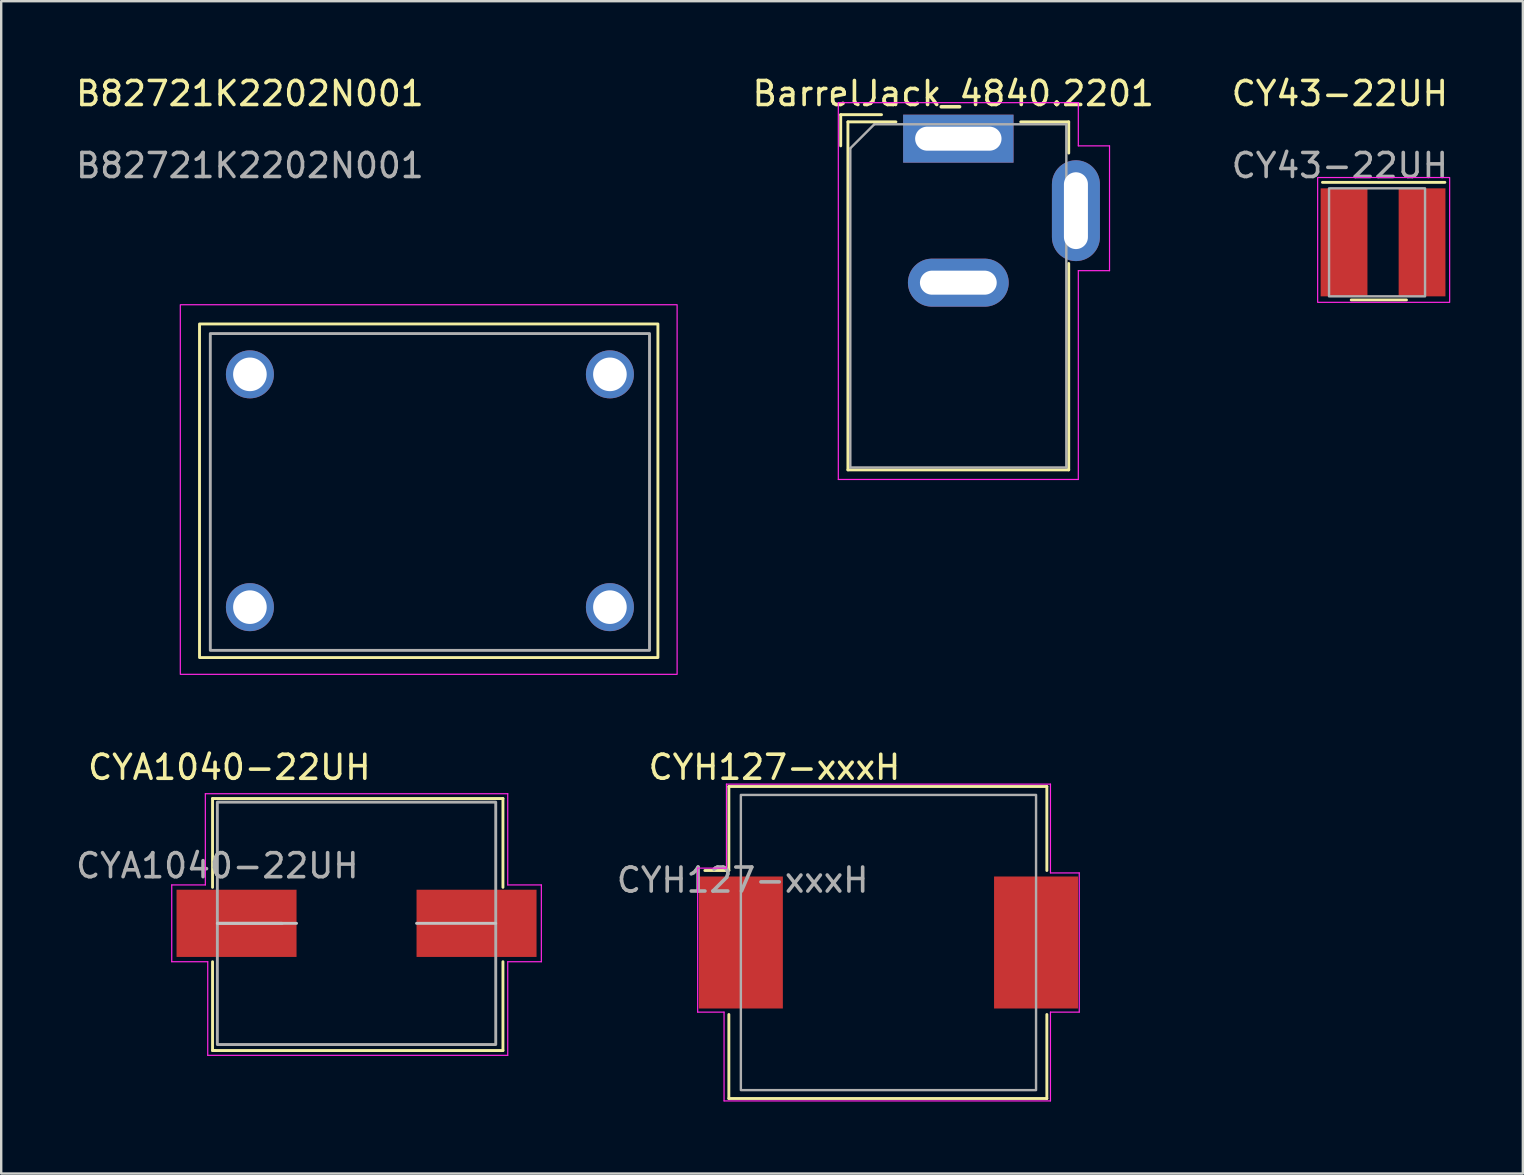
<source format=kicad_pcb>
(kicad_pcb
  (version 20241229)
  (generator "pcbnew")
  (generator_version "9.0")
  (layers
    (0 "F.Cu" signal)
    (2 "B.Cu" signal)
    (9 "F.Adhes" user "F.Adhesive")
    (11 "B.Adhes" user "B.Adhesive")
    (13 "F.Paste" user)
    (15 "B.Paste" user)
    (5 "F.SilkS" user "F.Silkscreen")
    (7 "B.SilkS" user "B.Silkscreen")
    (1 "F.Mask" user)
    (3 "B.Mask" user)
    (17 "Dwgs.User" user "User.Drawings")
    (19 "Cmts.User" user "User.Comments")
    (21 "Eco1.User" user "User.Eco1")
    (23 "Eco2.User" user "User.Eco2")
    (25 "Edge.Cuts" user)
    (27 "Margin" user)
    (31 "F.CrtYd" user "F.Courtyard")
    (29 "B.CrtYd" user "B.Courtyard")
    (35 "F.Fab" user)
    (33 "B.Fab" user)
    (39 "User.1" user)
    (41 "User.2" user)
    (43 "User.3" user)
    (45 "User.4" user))
  (footprint "BarrelJack_4840.2201"
    (layer "F.Cu")
    (at 36.88 2.728)
    (property "Reference" "BarrelJack_4840.2201" (at -0.21 -1.88 180) (layer "F.SilkS") (effects (font (size 1 1) (thickness 0.15))))
    (attr through_hole)
    (fp_line (start -4.9 -1) (end -4.9 0.3) (stroke (width 0.12) (type solid)) (layer "F.SilkS"))
    (fp_line (start -4.6 -0.7) (end -2.6 -0.7) (stroke (width 0.12) (type solid)) (layer "F.SilkS"))
    (fp_line (start -4.6 13.8) (end -4.6 -0.7) (stroke (width 0.12) (type solid)) (layer "F.SilkS"))
    (fp_line (start -3.2 -1) (end -4.9 -1) (stroke (width 0.12) (type solid)) (layer "F.SilkS"))
    (fp_line (start 2.6 -0.7) (end 4.6 -0.7) (stroke (width 0.12) (type solid)) (layer "F.SilkS"))
    (fp_line (start 4.6 -0.7) (end 4.6 0.6) (stroke (width 0.12) (type solid)) (layer "F.SilkS"))
    (fp_line (start 4.6 5.2) (end 4.6 13.8) (stroke (width 0.12) (type solid)) (layer "F.SilkS"))
    (fp_line (start 4.6 13.8) (end -4.6 13.8) (stroke (width 0.12) (type solid)) (layer "F.SilkS"))
    (fp_line (start -5 -1.5) (end -5 14.2) (stroke (width 0.05) (type solid)) (layer "F.CrtYd"))
    (fp_line (start -5 14.2) (end 5 14.2) (stroke (width 0.05) (type solid)) (layer "F.CrtYd"))
    (fp_line (start 5 -1.5) (end -5 -1.5) (stroke (width 0.05) (type solid)) (layer "F.CrtYd"))
    (fp_line (start 5 0.3) (end 5 -1.5) (stroke (width 0.05) (type solid)) (layer "F.CrtYd"))
    (fp_line (start 5 14.2) (end 5 5.5) (stroke (width 0.05) (type solid)) (layer "F.CrtYd"))
    (fp_line (start 6.3 0.3) (end 5 0.3) (stroke (width 0.05) (type solid)) (layer "F.CrtYd"))
    (fp_line (start 6.3 0.3) (end 6.3 5.5) (stroke (width 0.05) (type solid)) (layer "F.CrtYd"))
    (fp_line (start 6.3 5.5) (end 5 5.5) (stroke (width 0.05) (type solid)) (layer "F.CrtYd"))
    (fp_line (start -4.5 0.4) (end -3.5 -0.6) (stroke (width 0.1) (type solid)) (layer "F.Fab"))
    (fp_line (start -4.5 13.7) (end -4.5 0.4) (stroke (width 0.1) (type solid)) (layer "F.Fab"))
    (fp_line (start 4.5 -0.6) (end -3.5 -0.6) (stroke (width 0.1) (type solid)) (layer "F.Fab"))
    (fp_line (start 4.5 -0.6) (end 4.5 13.7) (stroke (width 0.1) (type solid)) (layer "F.Fab"))
    (fp_line (start 4.5 13.7) (end -4.5 13.7) (stroke (width 0.1) (type solid)) (layer "F.Fab"))
    (pad "1" thru_hole rect (at 0 0) (size 4.6 2) (drill oval 3.6 1) (layers "*.Cu" "*.Mask"))
    (pad "2" thru_hole oval (at 0 6) (size 4.2 2) (drill oval 3.2 1) (layers "*.Cu" "*.Mask"))
    (pad "3" thru_hole oval (at 4.9 3) (size 2 4.2) (drill oval 1 3.2) (layers "*.Cu" "*.Mask")))
  (footprint "CYH127-xxxH"
    (layer "F.Cu")
    (at 27.819 36.221)
    (property "Reference" "CYH127-xxxH" (at 1.4 -7.3 0) (unlocked yes) (layer "F.SilkS") (effects (font (size 1 1) (thickness 0.15))))
    (attr smd)
    (fp_line (start -0.5 -6.5) (end 12.75 -6.5) (stroke (width 0.12) (type default)) (layer "F.SilkS"))
    (fp_line (start -0.5 -3) (end -1.5 -3) (stroke (width 0.12) (type default)) (layer "F.SilkS"))
    (fp_line (start -0.5 -3) (end -0.5 -6.5) (stroke (width 0.12) (type default)) (layer "F.SilkS"))
    (fp_line (start -0.5 6.5) (end -0.5 3) (stroke (width 0.12) (type default)) (layer "F.SilkS"))
    (fp_line (start 12.75 -6.5) (end 12.75 -3) (stroke (width 0.12) (type default)) (layer "F.SilkS"))
    (fp_line (start 12.75 3) (end 12.75 6.5) (stroke (width 0.12) (type default)) (layer "F.SilkS"))
    (fp_line (start 12.75 6.5) (end -0.5 6.5) (stroke (width 0.12) (type default)) (layer "F.SilkS"))
    (fp_line (start -1.8 -3.1) (end -1.8 2.9) (stroke (width 0.05) (type default)) (layer "F.CrtYd"))
    (fp_line (start -1.8 2.9) (end -0.7 2.9) (stroke (width 0.05) (type default)) (layer "F.CrtYd"))
    (fp_line (start -0.7 2.9) (end -0.7 6.6) (stroke (width 0.05) (type default)) (layer "F.CrtYd"))
    (fp_line (start -0.7 6.6) (end 12.9 6.6) (stroke (width 0.05) (type default)) (layer "F.CrtYd"))
    (fp_line (start -0.6 -6.6) (end -0.6 -3.1) (stroke (width 0.05) (type default)) (layer "F.CrtYd"))
    (fp_line (start -0.6 -3.1) (end -1.8 -3.1) (stroke (width 0.05) (type default)) (layer "F.CrtYd"))
    (fp_line (start 12.9 -6.6) (end -0.6 -6.6) (stroke (width 0.05) (type default)) (layer "F.CrtYd"))
    (fp_line (start 12.9 -2.9) (end 12.9 -6.6) (stroke (width 0.05) (type default)) (layer "F.CrtYd"))
    (fp_line (start 12.9 2.9) (end 14.1 2.9) (stroke (width 0.05) (type default)) (layer "F.CrtYd"))
    (fp_line (start 12.9 6.6) (end 12.9 2.9) (stroke (width 0.05) (type default)) (layer "F.CrtYd"))
    (fp_line (start 14.1 -2.9) (end 12.9 -2.9) (stroke (width 0.05) (type default)) (layer "F.CrtYd"))
    (fp_line (start 14.1 2.9) (end 14.1 -2.9) (stroke (width 0.05) (type default)) (layer "F.CrtYd"))
    (fp_rect (start 0 -6.15) (end 12.3 6.15) (stroke (width 0.1) (type default)) (fill no) (layer "F.Fab"))
    (fp_text user "${REFERENCE}" (at 0.075 -2.6 0) (unlocked yes) (layer "F.Fab") (effects (font (size 1 1) (thickness 0.15))))
    (pad "1" smd rect (at 0 0) (size 3.5 5.5) (layers "F.Cu" "F.Mask" "F.Paste"))
    (pad "2" smd rect (at 12.3 0) (size 3.5 5.5) (layers "F.Cu" "F.Mask" "F.Paste")))
  (footprint "CY43-22UH"
    (layer "F.Cu")
    (at 52.952 7.048)
    (property "Reference" "CY43-22UH" (at -0.175 -6.2 0) (unlocked yes) (layer "F.SilkS") (effects (font (size 1 1) (thickness 0.15))))
    (attr smd)
    (fp_line (start -0.9 -2.5) (end 4.2 -2.5) (stroke (width 0.12) (type default)) (layer "F.SilkS"))
    (fp_line (start 0.3 2.4) (end 2.6 2.4) (stroke (width 0.12) (type default)) (layer "F.SilkS"))
    (fp_rect (start -1.1 -2.7) (end 4.4 2.5) (stroke (width 0.05) (type default)) (fill no) (layer "F.CrtYd"))
    (fp_rect (start -0.625 -2.25) (end 3.375 2.25) (stroke (width 0.1) (type default)) (fill no) (layer "F.Fab"))
    (fp_text user "${REFERENCE}" (at -0.175 -3.2 0) (unlocked yes) (layer "F.Fab") (effects (font (size 1 1) (thickness 0.15))))
    (pad "1" smd rect (at 0 0) (size 1.95 4.5) (layers "F.Cu" "F.Mask" "F.Paste"))
    (pad "2" smd rect (at 3.25 0) (size 1.95 4.5) (layers "F.Cu" "F.Mask" "F.Paste")))
  (footprint "B82721K2202N001"
    (layer "F.Cu")
    (at 7.363 12.548)
    (property "Reference" "B82721K2202N001" (at 0 -11.7 0) (unlocked yes) (layer "F.SilkS") (effects (font (size 1 1) (thickness 0.15))))
    (attr through_hole)
    (fp_rect (start -2.1 -2.1) (end 17 11.8) (stroke (width 0.12) (type default)) (fill no) (layer "F.SilkS"))
    (fp_rect (start -2.9 -2.9) (end 17.8 12.5) (stroke (width 0.05) (type default)) (fill no) (layer "F.CrtYd"))
    (fp_rect (start -1.65 -1.7) (end 16.65 11.5) (stroke (width 0.12) (type default)) (fill no) (layer "F.Fab"))
    (fp_text user "${REFERENCE}" (at 0 -8.7 0) (unlocked yes) (layer "F.Fab") (effects (font (size 1 1) (thickness 0.15))))
    (pad "1" thru_hole circle (at 0 0) (size 2 2) (drill 1.4) (layers "*.Cu" "*.Mask"))
    (pad "2" thru_hole circle (at 15 0) (size 2 2) (drill 1.4) (layers "*.Cu" "*.Mask"))
    (pad "3" thru_hole circle (at 15 9.7) (size 2 2) (drill 1.4) (layers "*.Cu" "*.Mask"))
    (pad "4" thru_hole circle (at 0 9.7) (size 2 2) (drill 1.4) (layers "*.Cu" "*.Mask")))
  (footprint "CYA1040-22UH"
    (layer "F.Cu")
    (at 6.006 35.422)
    (property "Reference" "CYA1040-22UH" (at 0.5 -6.5 0) (unlocked yes) (layer "F.SilkS") (effects (font (size 1 1) (thickness 0.15))))
    (attr smd)
    (fp_line (start -0.2 -5.2) (end -0.2 -1.5) (stroke (width 0.12) (type default)) (layer "F.SilkS"))
    (fp_line (start -0.2 5.3) (end -0.2 1.6) (stroke (width 0.12) (type default)) (layer "F.SilkS"))
    (fp_line (start -0.1 5.3) (end -0.2 5.3) (stroke (width 0.12) (type default)) (layer "F.SilkS"))
    (fp_line (start -0.1 5.3) (end 11.9 5.3) (stroke (width 0.12) (type default)) (layer "F.SilkS"))
    (fp_line (start 11.9 -5.2) (end -0.2 -5.2) (stroke (width 0.12) (type default)) (layer "F.SilkS"))
    (fp_line (start 11.9 -1.5) (end 11.9 -5.2) (stroke (width 0.12) (type default)) (layer "F.SilkS"))
    (fp_line (start 11.9 5.3) (end 11.9 1.6) (stroke (width 0.12) (type default)) (layer "F.SilkS"))
    (fp_line (start 0 0) (end 3.3 0) (stroke (width 0.12) (type default)) (layer "Dwgs.User"))
    (fp_line (start 2.7 0) (end 0 0) (stroke (width 0.12) (type default)) (layer "Dwgs.User"))
    (fp_line (start 8.3 0) (end 11.6 0) (stroke (width 0.12) (type default)) (layer "Dwgs.User"))
    (fp_line (start -1.9 -1.6) (end -0.5 -1.6) (stroke (width 0.05) (type default)) (layer "F.CrtYd"))
    (fp_line (start -1.9 1.6) (end -1.9 -1.6) (stroke (width 0.05) (type default)) (layer "F.CrtYd"))
    (fp_line (start -0.5 -5.4) (end 12.1 -5.4) (stroke (width 0.05) (type default)) (layer "F.CrtYd"))
    (fp_line (start -0.5 -1.6) (end -0.5 -5.4) (stroke (width 0.05) (type default)) (layer "F.CrtYd"))
    (fp_line (start -0.4 1.6) (end -1.9 1.6) (stroke (width 0.05) (type default)) (layer "F.CrtYd"))
    (fp_line (start -0.4 5.5) (end -0.4 1.6) (stroke (width 0.05) (type default)) (layer "F.CrtYd"))
    (fp_line (start 12.1 -5.4) (end 12.1 -1.6) (stroke (width 0.05) (type default)) (layer "F.CrtYd"))
    (fp_line (start 12.1 -1.6) (end 13.5 -1.6) (stroke (width 0.05) (type default)) (layer "F.CrtYd"))
    (fp_line (start 12.1 1.6) (end 12.1 5.5) (stroke (width 0.05) (type default)) (layer "F.CrtYd"))
    (fp_line (start 12.1 5.5) (end -0.4 5.5) (stroke (width 0.05) (type default)) (layer "F.CrtYd"))
    (fp_line (start 13.5 -1.6) (end 13.5 1.6) (stroke (width 0.05) (type default)) (layer "F.CrtYd"))
    (fp_line (start 13.5 1.6) (end 12.1 1.6) (stroke (width 0.05) (type default)) (layer "F.CrtYd"))
    (fp_rect (start 0 -5.05) (end 11.6 5.05) (stroke (width 0.12) (type default)) (fill no) (layer "F.Fab"))
    (fp_text user "${REFERENCE}" (at 0 -2.4 0) (unlocked yes) (layer "F.Fab") (effects (font (size 1 1) (thickness 0.15))))
    (pad "1" smd rect (at 0.8 0) (size 5 2.8) (layers "F.Cu" "F.Mask" "F.Paste"))
    (pad "2" smd rect (at 10.8 0) (size 5 2.8) (layers "F.Cu" "F.Mask" "F.Paste")))
  (gr_rect
    (start -3 -3)
    (end 60.402 45.846)
    (stroke (width 0.1) (type default))
    (fill no)
    (layer "Edge.Cuts")))
</source>
